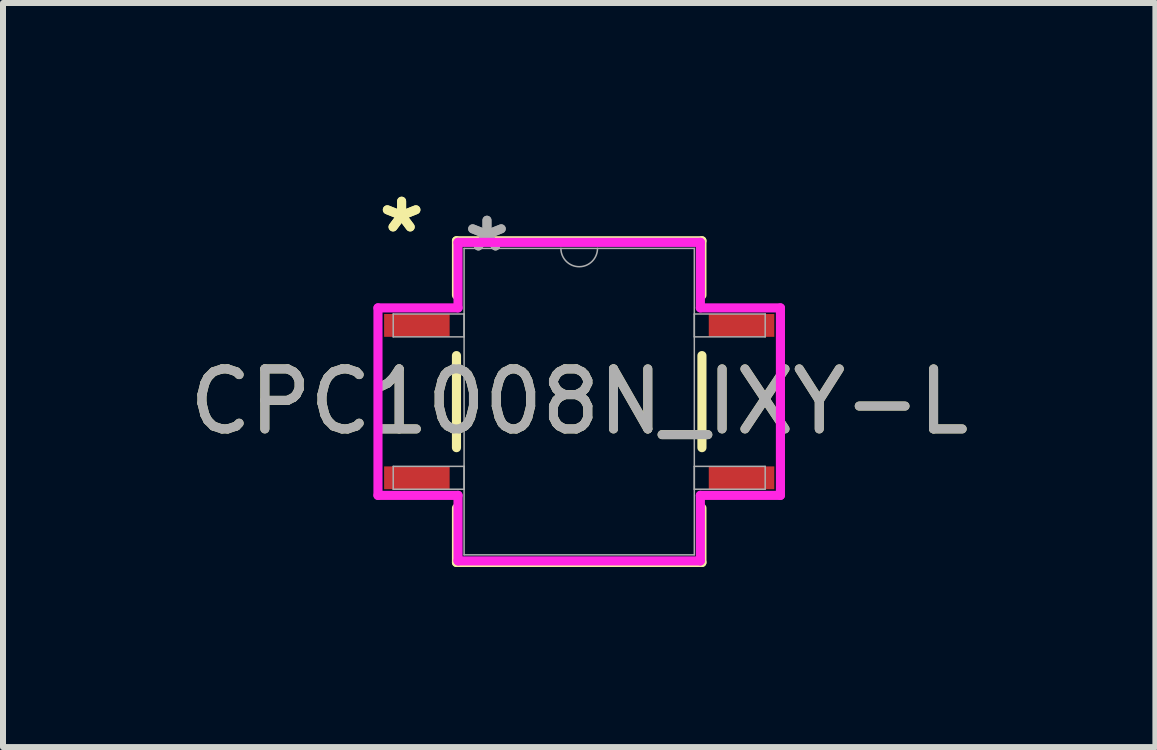
<source format=kicad_pcb>
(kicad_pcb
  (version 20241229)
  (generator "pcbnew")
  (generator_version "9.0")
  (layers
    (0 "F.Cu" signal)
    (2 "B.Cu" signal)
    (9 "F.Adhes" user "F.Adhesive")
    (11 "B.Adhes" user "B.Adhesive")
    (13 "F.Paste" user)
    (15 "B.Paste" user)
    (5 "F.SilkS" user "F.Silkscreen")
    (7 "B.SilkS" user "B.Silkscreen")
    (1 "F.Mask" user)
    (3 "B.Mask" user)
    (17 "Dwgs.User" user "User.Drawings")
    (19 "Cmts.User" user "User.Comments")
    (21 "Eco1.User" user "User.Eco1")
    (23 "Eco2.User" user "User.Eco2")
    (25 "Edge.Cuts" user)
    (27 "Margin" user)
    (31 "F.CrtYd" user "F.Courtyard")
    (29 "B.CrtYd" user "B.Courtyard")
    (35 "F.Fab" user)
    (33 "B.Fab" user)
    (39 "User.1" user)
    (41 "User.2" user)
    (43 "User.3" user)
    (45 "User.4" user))
  (footprint "CPC1008N_IXY-L"
    (layer "F.Cu")
    (at 6.601 3.642)
    (property "Reference" "CPC1008N_IXY-L" (at 0 0 0) (unlocked yes) (layer "F.SilkS") (effects (font (size 1 1) (thickness 0.15))))
    (attr smd)
    (fp_line (start -2.045 -2.68) (end -2.045 -1.773) (stroke (width 0.152) (type solid)) (layer "F.SilkS"))
    (fp_line (start -2.045 -0.767) (end -2.045 0.767) (stroke (width 0.152) (type solid)) (layer "F.SilkS"))
    (fp_line (start -2.045 1.773) (end -2.045 2.68) (stroke (width 0.152) (type solid)) (layer "F.SilkS"))
    (fp_line (start -2.045 2.68) (end 2.045 2.68) (stroke (width 0.152) (type solid)) (layer "F.SilkS"))
    (fp_line (start 2.045 -2.68) (end -2.045 -2.68) (stroke (width 0.152) (type solid)) (layer "F.SilkS"))
    (fp_line (start 2.045 -1.773) (end 2.045 -2.68) (stroke (width 0.152) (type solid)) (layer "F.SilkS"))
    (fp_line (start 2.045 0.767) (end 2.045 -0.767) (stroke (width 0.152) (type solid)) (layer "F.SilkS"))
    (fp_line (start 2.045 2.68) (end 2.045 1.773) (stroke (width 0.152) (type solid)) (layer "F.SilkS"))
    (fp_line (start -3.353 -1.562) (end -2.019 -1.562) (stroke (width 0.152) (type solid)) (layer "F.CrtYd"))
    (fp_line (start -3.353 1.562) (end -3.353 -1.562) (stroke (width 0.152) (type solid)) (layer "F.CrtYd"))
    (fp_line (start -3.353 1.562) (end -2.019 1.562) (stroke (width 0.152) (type solid)) (layer "F.CrtYd"))
    (fp_line (start -2.019 -2.654) (end 2.019 -2.654) (stroke (width 0.152) (type solid)) (layer "F.CrtYd"))
    (fp_line (start -2.019 -1.562) (end -2.019 -2.654) (stroke (width 0.152) (type solid)) (layer "F.CrtYd"))
    (fp_line (start -2.019 2.654) (end -2.019 1.562) (stroke (width 0.152) (type solid)) (layer "F.CrtYd"))
    (fp_line (start 2.019 -2.654) (end 2.019 -1.562) (stroke (width 0.152) (type solid)) (layer "F.CrtYd"))
    (fp_line (start 2.019 1.562) (end 2.019 2.654) (stroke (width 0.152) (type solid)) (layer "F.CrtYd"))
    (fp_line (start 2.019 2.654) (end -2.019 2.654) (stroke (width 0.152) (type solid)) (layer "F.CrtYd"))
    (fp_line (start 3.353 -1.562) (end 2.019 -1.562) (stroke (width 0.152) (type solid)) (layer "F.CrtYd"))
    (fp_line (start 3.353 -1.562) (end 3.353 1.562) (stroke (width 0.152) (type solid)) (layer "F.CrtYd"))
    (fp_line (start 3.353 1.562) (end 2.019 1.562) (stroke (width 0.152) (type solid)) (layer "F.CrtYd"))
    (fp_line (start -3.099 -1.46) (end -3.099 -1.079) (stroke (width 0.025) (type solid)) (layer "F.Fab"))
    (fp_line (start -3.099 -1.079) (end -1.918 -1.079) (stroke (width 0.025) (type solid)) (layer "F.Fab"))
    (fp_line (start -3.099 1.079) (end -3.099 1.46) (stroke (width 0.025) (type solid)) (layer "F.Fab"))
    (fp_line (start -3.099 1.46) (end -1.918 1.46) (stroke (width 0.025) (type solid)) (layer "F.Fab"))
    (fp_line (start -1.918 -2.553) (end -1.918 2.553) (stroke (width 0.025) (type solid)) (layer "F.Fab"))
    (fp_line (start -1.918 -1.46) (end -3.099 -1.46) (stroke (width 0.025) (type solid)) (layer "F.Fab"))
    (fp_line (start -1.918 -1.079) (end -1.918 -1.46) (stroke (width 0.025) (type solid)) (layer "F.Fab"))
    (fp_line (start -1.918 1.079) (end -3.099 1.079) (stroke (width 0.025) (type solid)) (layer "F.Fab"))
    (fp_line (start -1.918 1.46) (end -1.918 1.079) (stroke (width 0.025) (type solid)) (layer "F.Fab"))
    (fp_line (start -1.918 2.553) (end 1.918 2.553) (stroke (width 0.025) (type solid)) (layer "F.Fab"))
    (fp_line (start 1.918 -2.553) (end -1.918 -2.553) (stroke (width 0.025) (type solid)) (layer "F.Fab"))
    (fp_line (start 1.918 -1.46) (end 1.918 -1.079) (stroke (width 0.025) (type solid)) (layer "F.Fab"))
    (fp_line (start 1.918 -1.079) (end 3.099 -1.079) (stroke (width 0.025) (type solid)) (layer "F.Fab"))
    (fp_line (start 1.918 1.079) (end 1.918 1.46) (stroke (width 0.025) (type solid)) (layer "F.Fab"))
    (fp_line (start 1.918 1.46) (end 3.099 1.46) (stroke (width 0.025) (type solid)) (layer "F.Fab"))
    (fp_line (start 1.918 2.553) (end 1.918 -2.553) (stroke (width 0.025) (type solid)) (layer "F.Fab"))
    (fp_line (start 3.099 -1.46) (end 1.918 -1.46) (stroke (width 0.025) (type solid)) (layer "F.Fab"))
    (fp_line (start 3.099 -1.079) (end 3.099 -1.46) (stroke (width 0.025) (type solid)) (layer "F.Fab"))
    (fp_line (start 3.099 1.079) (end 1.918 1.079) (stroke (width 0.025) (type solid)) (layer "F.Fab"))
    (fp_line (start 3.099 1.46) (end 3.099 1.079) (stroke (width 0.025) (type solid)) (layer "F.Fab"))
    (fp_arc (start 0.3048 -2.5527) (mid 0 -2.2479) (end -0.3048 -2.5527) (stroke (width 0.0254) (type solid)) (layer "F.Fab"))
    (fp_text user "*" (at -2.959 -2.794 0) (layer "F.SilkS") (effects (font (size 1 1) (thickness 0.15))))
    (fp_text user "*" (at -2.959 -2.794 0) (unlocked yes) (layer "F.SilkS") (effects (font (size 1 1) (thickness 0.15))))
    (fp_text user "*" (at -1.537 -2.477 0) (unlocked yes) (layer "F.Fab") (effects (font (size 1 1) (thickness 0.15))))
    (fp_text user "*" (at -1.537 -2.477 0) (layer "F.Fab") (effects (font (size 1 1) (thickness 0.15))))
    (fp_text user "${REFERENCE}" (at 0 0 0) (unlocked yes) (layer "F.Fab") (effects (font (size 1 1) (thickness 0.15))))
    (pad "1" smd rect (at -2.705 -1.27) (size 1.092 0.381) (layers "F.Cu" "F.Mask" "F.Paste"))
    (pad "2" smd rect (at -2.705 1.27) (size 1.092 0.381) (layers "F.Cu" "F.Mask" "F.Paste"))
    (pad "3" smd rect (at 2.705 1.27) (size 1.092 0.381) (layers "F.Cu" "F.Mask" "F.Paste"))
    (pad "4" smd rect (at 2.705 -1.27) (size 1.092 0.381) (layers "F.Cu" "F.Mask" "F.Paste")))
  (gr_rect
    (start -3 -3)
    (end 16.202 9.398)
    (stroke (width 0.1) (type default))
    (fill no)
    (layer "Edge.Cuts")))
</source>
